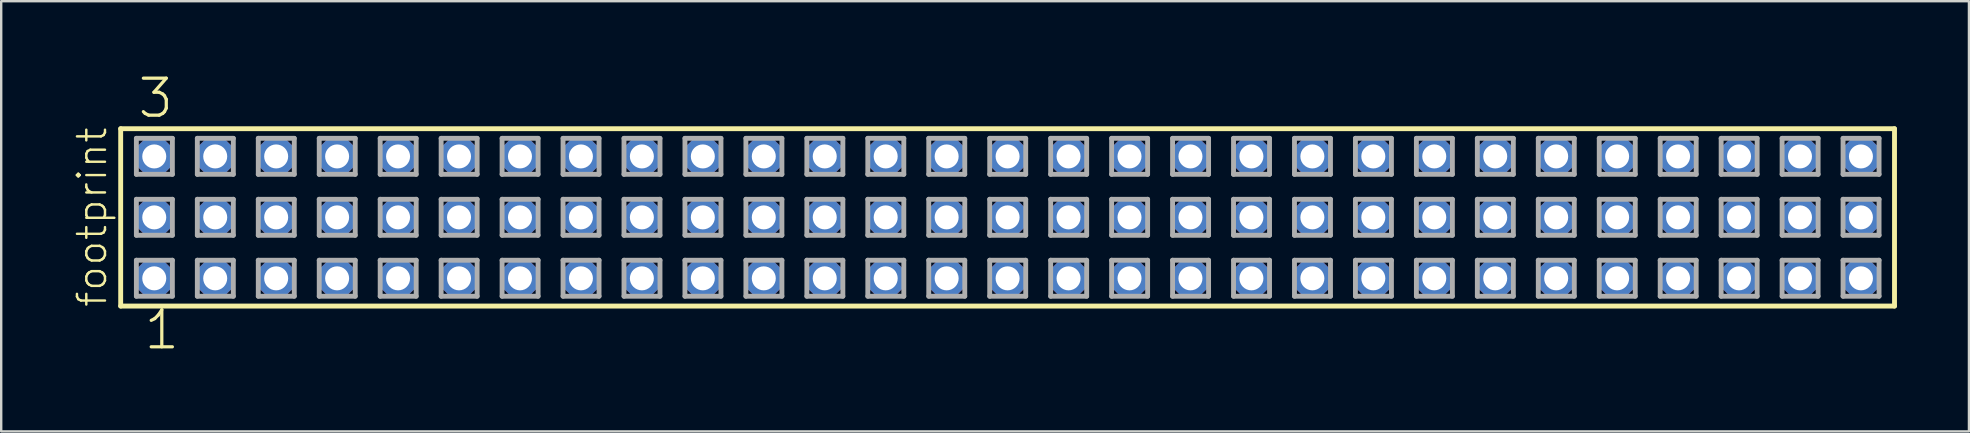
<source format=kicad_pcb>
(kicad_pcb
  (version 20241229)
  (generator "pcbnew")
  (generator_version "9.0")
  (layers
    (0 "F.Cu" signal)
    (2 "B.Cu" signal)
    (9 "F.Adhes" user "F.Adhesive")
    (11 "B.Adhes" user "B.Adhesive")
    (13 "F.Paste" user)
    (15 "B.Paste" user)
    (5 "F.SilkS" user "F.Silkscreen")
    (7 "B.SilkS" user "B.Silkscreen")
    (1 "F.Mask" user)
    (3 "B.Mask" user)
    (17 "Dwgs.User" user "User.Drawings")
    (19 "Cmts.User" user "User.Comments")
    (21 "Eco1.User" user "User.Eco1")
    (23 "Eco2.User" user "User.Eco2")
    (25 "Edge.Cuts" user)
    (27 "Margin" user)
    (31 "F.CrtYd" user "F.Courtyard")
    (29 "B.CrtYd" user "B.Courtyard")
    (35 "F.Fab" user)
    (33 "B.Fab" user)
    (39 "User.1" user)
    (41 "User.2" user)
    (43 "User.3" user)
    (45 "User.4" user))
  (footprint "footprint"
    (layer "F.Cu")
    (at 38.938 6.009)
    (property "Reference" "footprint" (at -37.465 3.81 90) (layer "F.SilkS") (effects (font (size 1.168 1.168) (thickness 0.102)) (justify left bottom)))
    (fp_line (start -36.959 -3.695) (end 36.959 -3.695) (stroke (width 0.203) (type solid)) (layer "F.SilkS"))
    (fp_line (start -36.959 3.695) (end -36.959 -3.695) (stroke (width 0.203) (type solid)) (layer "F.SilkS"))
    (fp_line (start 36.959 -3.695) (end 36.959 3.695) (stroke (width 0.203) (type solid)) (layer "F.SilkS"))
    (fp_line (start 36.959 3.695) (end -36.959 3.695) (stroke (width 0.203) (type solid)) (layer "F.SilkS"))
    (fp_line (start -36.305 -3.295) (end -34.805 -3.295) (stroke (width 0.203) (type solid)) (layer "F.Fab"))
    (fp_line (start -36.305 -1.795) (end -36.305 -3.295) (stroke (width 0.203) (type solid)) (layer "F.Fab"))
    (fp_line (start -36.305 -0.755) (end -34.805 -0.755) (stroke (width 0.203) (type solid)) (layer "F.Fab"))
    (fp_line (start -36.305 0.745) (end -36.305 -0.755) (stroke (width 0.203) (type solid)) (layer "F.Fab"))
    (fp_line (start -36.305 1.785) (end -34.805 1.785) (stroke (width 0.203) (type solid)) (layer "F.Fab"))
    (fp_line (start -36.305 3.285) (end -36.305 1.785) (stroke (width 0.203) (type solid)) (layer "F.Fab"))
    (fp_line (start -34.805 -3.295) (end -34.805 -1.795) (stroke (width 0.203) (type solid)) (layer "F.Fab"))
    (fp_line (start -34.805 -1.795) (end -36.305 -1.795) (stroke (width 0.203) (type solid)) (layer "F.Fab"))
    (fp_line (start -34.805 -0.755) (end -34.805 0.745) (stroke (width 0.203) (type solid)) (layer "F.Fab"))
    (fp_line (start -34.805 0.745) (end -36.305 0.745) (stroke (width 0.203) (type solid)) (layer "F.Fab"))
    (fp_line (start -34.805 1.785) (end -34.805 3.285) (stroke (width 0.203) (type solid)) (layer "F.Fab"))
    (fp_line (start -34.805 3.285) (end -36.305 3.285) (stroke (width 0.203) (type solid)) (layer "F.Fab"))
    (fp_line (start -33.765 -3.295) (end -32.265 -3.295) (stroke (width 0.203) (type solid)) (layer "F.Fab"))
    (fp_line (start -33.765 -1.795) (end -33.765 -3.295) (stroke (width 0.203) (type solid)) (layer "F.Fab"))
    (fp_line (start -33.765 -0.755) (end -32.265 -0.755) (stroke (width 0.203) (type solid)) (layer "F.Fab"))
    (fp_line (start -33.765 0.745) (end -33.765 -0.755) (stroke (width 0.203) (type solid)) (layer "F.Fab"))
    (fp_line (start -33.765 1.785) (end -32.265 1.785) (stroke (width 0.203) (type solid)) (layer "F.Fab"))
    (fp_line (start -33.765 3.285) (end -33.765 1.785) (stroke (width 0.203) (type solid)) (layer "F.Fab"))
    (fp_line (start -32.265 -3.295) (end -32.265 -1.795) (stroke (width 0.203) (type solid)) (layer "F.Fab"))
    (fp_line (start -32.265 -1.795) (end -33.765 -1.795) (stroke (width 0.203) (type solid)) (layer "F.Fab"))
    (fp_line (start -32.265 -0.755) (end -32.265 0.745) (stroke (width 0.203) (type solid)) (layer "F.Fab"))
    (fp_line (start -32.265 0.745) (end -33.765 0.745) (stroke (width 0.203) (type solid)) (layer "F.Fab"))
    (fp_line (start -32.265 1.785) (end -32.265 3.285) (stroke (width 0.203) (type solid)) (layer "F.Fab"))
    (fp_line (start -32.265 3.285) (end -33.765 3.285) (stroke (width 0.203) (type solid)) (layer "F.Fab"))
    (fp_line (start -31.225 -3.295) (end -29.725 -3.295) (stroke (width 0.203) (type solid)) (layer "F.Fab"))
    (fp_line (start -31.225 -1.795) (end -31.225 -3.295) (stroke (width 0.203) (type solid)) (layer "F.Fab"))
    (fp_line (start -31.225 -0.755) (end -29.725 -0.755) (stroke (width 0.203) (type solid)) (layer "F.Fab"))
    (fp_line (start -31.225 0.745) (end -31.225 -0.755) (stroke (width 0.203) (type solid)) (layer "F.Fab"))
    (fp_line (start -31.225 1.785) (end -29.725 1.785) (stroke (width 0.203) (type solid)) (layer "F.Fab"))
    (fp_line (start -31.225 3.285) (end -31.225 1.785) (stroke (width 0.203) (type solid)) (layer "F.Fab"))
    (fp_line (start -29.725 -3.295) (end -29.725 -1.795) (stroke (width 0.203) (type solid)) (layer "F.Fab"))
    (fp_line (start -29.725 -1.795) (end -31.225 -1.795) (stroke (width 0.203) (type solid)) (layer "F.Fab"))
    (fp_line (start -29.725 -0.755) (end -29.725 0.745) (stroke (width 0.203) (type solid)) (layer "F.Fab"))
    (fp_line (start -29.725 0.745) (end -31.225 0.745) (stroke (width 0.203) (type solid)) (layer "F.Fab"))
    (fp_line (start -29.725 1.785) (end -29.725 3.285) (stroke (width 0.203) (type solid)) (layer "F.Fab"))
    (fp_line (start -29.725 3.285) (end -31.225 3.285) (stroke (width 0.203) (type solid)) (layer "F.Fab"))
    (fp_line (start -28.685 -3.295) (end -27.185 -3.295) (stroke (width 0.203) (type solid)) (layer "F.Fab"))
    (fp_line (start -28.685 -1.795) (end -28.685 -3.295) (stroke (width 0.203) (type solid)) (layer "F.Fab"))
    (fp_line (start -28.685 -0.755) (end -27.185 -0.755) (stroke (width 0.203) (type solid)) (layer "F.Fab"))
    (fp_line (start -28.685 0.745) (end -28.685 -0.755) (stroke (width 0.203) (type solid)) (layer "F.Fab"))
    (fp_line (start -28.685 1.785) (end -27.185 1.785) (stroke (width 0.203) (type solid)) (layer "F.Fab"))
    (fp_line (start -28.685 3.285) (end -28.685 1.785) (stroke (width 0.203) (type solid)) (layer "F.Fab"))
    (fp_line (start -27.185 -3.295) (end -27.185 -1.795) (stroke (width 0.203) (type solid)) (layer "F.Fab"))
    (fp_line (start -27.185 -1.795) (end -28.685 -1.795) (stroke (width 0.203) (type solid)) (layer "F.Fab"))
    (fp_line (start -27.185 -0.755) (end -27.185 0.745) (stroke (width 0.203) (type solid)) (layer "F.Fab"))
    (fp_line (start -27.185 0.745) (end -28.685 0.745) (stroke (width 0.203) (type solid)) (layer "F.Fab"))
    (fp_line (start -27.185 1.785) (end -27.185 3.285) (stroke (width 0.203) (type solid)) (layer "F.Fab"))
    (fp_line (start -27.185 3.285) (end -28.685 3.285) (stroke (width 0.203) (type solid)) (layer "F.Fab"))
    (fp_line (start -26.145 -3.295) (end -24.645 -3.295) (stroke (width 0.203) (type solid)) (layer "F.Fab"))
    (fp_line (start -26.145 -1.795) (end -26.145 -3.295) (stroke (width 0.203) (type solid)) (layer "F.Fab"))
    (fp_line (start -26.145 -0.755) (end -24.645 -0.755) (stroke (width 0.203) (type solid)) (layer "F.Fab"))
    (fp_line (start -26.145 0.745) (end -26.145 -0.755) (stroke (width 0.203) (type solid)) (layer "F.Fab"))
    (fp_line (start -26.145 1.785) (end -24.645 1.785) (stroke (width 0.203) (type solid)) (layer "F.Fab"))
    (fp_line (start -26.145 3.285) (end -26.145 1.785) (stroke (width 0.203) (type solid)) (layer "F.Fab"))
    (fp_line (start -24.645 -3.295) (end -24.645 -1.795) (stroke (width 0.203) (type solid)) (layer "F.Fab"))
    (fp_line (start -24.645 -1.795) (end -26.145 -1.795) (stroke (width 0.203) (type solid)) (layer "F.Fab"))
    (fp_line (start -24.645 -0.755) (end -24.645 0.745) (stroke (width 0.203) (type solid)) (layer "F.Fab"))
    (fp_line (start -24.645 0.745) (end -26.145 0.745) (stroke (width 0.203) (type solid)) (layer "F.Fab"))
    (fp_line (start -24.645 1.785) (end -24.645 3.285) (stroke (width 0.203) (type solid)) (layer "F.Fab"))
    (fp_line (start -24.645 3.285) (end -26.145 3.285) (stroke (width 0.203) (type solid)) (layer "F.Fab"))
    (fp_line (start -23.605 -3.295) (end -22.105 -3.295) (stroke (width 0.203) (type solid)) (layer "F.Fab"))
    (fp_line (start -23.605 -1.795) (end -23.605 -3.295) (stroke (width 0.203) (type solid)) (layer "F.Fab"))
    (fp_line (start -23.605 -0.755) (end -22.105 -0.755) (stroke (width 0.203) (type solid)) (layer "F.Fab"))
    (fp_line (start -23.605 0.745) (end -23.605 -0.755) (stroke (width 0.203) (type solid)) (layer "F.Fab"))
    (fp_line (start -23.605 1.785) (end -22.105 1.785) (stroke (width 0.203) (type solid)) (layer "F.Fab"))
    (fp_line (start -23.605 3.285) (end -23.605 1.785) (stroke (width 0.203) (type solid)) (layer "F.Fab"))
    (fp_line (start -22.105 -3.295) (end -22.105 -1.795) (stroke (width 0.203) (type solid)) (layer "F.Fab"))
    (fp_line (start -22.105 -1.795) (end -23.605 -1.795) (stroke (width 0.203) (type solid)) (layer "F.Fab"))
    (fp_line (start -22.105 -0.755) (end -22.105 0.745) (stroke (width 0.203) (type solid)) (layer "F.Fab"))
    (fp_line (start -22.105 0.745) (end -23.605 0.745) (stroke (width 0.203) (type solid)) (layer "F.Fab"))
    (fp_line (start -22.105 1.785) (end -22.105 3.285) (stroke (width 0.203) (type solid)) (layer "F.Fab"))
    (fp_line (start -22.105 3.285) (end -23.605 3.285) (stroke (width 0.203) (type solid)) (layer "F.Fab"))
    (fp_line (start -21.065 -3.295) (end -19.565 -3.295) (stroke (width 0.203) (type solid)) (layer "F.Fab"))
    (fp_line (start -21.065 -1.795) (end -21.065 -3.295) (stroke (width 0.203) (type solid)) (layer "F.Fab"))
    (fp_line (start -21.065 -0.755) (end -19.565 -0.755) (stroke (width 0.203) (type solid)) (layer "F.Fab"))
    (fp_line (start -21.065 0.745) (end -21.065 -0.755) (stroke (width 0.203) (type solid)) (layer "F.Fab"))
    (fp_line (start -21.065 1.785) (end -19.565 1.785) (stroke (width 0.203) (type solid)) (layer "F.Fab"))
    (fp_line (start -21.065 3.285) (end -21.065 1.785) (stroke (width 0.203) (type solid)) (layer "F.Fab"))
    (fp_line (start -19.565 -3.295) (end -19.565 -1.795) (stroke (width 0.203) (type solid)) (layer "F.Fab"))
    (fp_line (start -19.565 -1.795) (end -21.065 -1.795) (stroke (width 0.203) (type solid)) (layer "F.Fab"))
    (fp_line (start -19.565 -0.755) (end -19.565 0.745) (stroke (width 0.203) (type solid)) (layer "F.Fab"))
    (fp_line (start -19.565 0.745) (end -21.065 0.745) (stroke (width 0.203) (type solid)) (layer "F.Fab"))
    (fp_line (start -19.565 1.785) (end -19.565 3.285) (stroke (width 0.203) (type solid)) (layer "F.Fab"))
    (fp_line (start -19.565 3.285) (end -21.065 3.285) (stroke (width 0.203) (type solid)) (layer "F.Fab"))
    (fp_line (start -18.525 -3.295) (end -17.025 -3.295) (stroke (width 0.203) (type solid)) (layer "F.Fab"))
    (fp_line (start -18.525 -1.795) (end -18.525 -3.295) (stroke (width 0.203) (type solid)) (layer "F.Fab"))
    (fp_line (start -18.525 -0.755) (end -17.025 -0.755) (stroke (width 0.203) (type solid)) (layer "F.Fab"))
    (fp_line (start -18.525 0.745) (end -18.525 -0.755) (stroke (width 0.203) (type solid)) (layer "F.Fab"))
    (fp_line (start -18.525 1.785) (end -17.025 1.785) (stroke (width 0.203) (type solid)) (layer "F.Fab"))
    (fp_line (start -18.525 3.285) (end -18.525 1.785) (stroke (width 0.203) (type solid)) (layer "F.Fab"))
    (fp_line (start -17.025 -3.295) (end -17.025 -1.795) (stroke (width 0.203) (type solid)) (layer "F.Fab"))
    (fp_line (start -17.025 -1.795) (end -18.525 -1.795) (stroke (width 0.203) (type solid)) (layer "F.Fab"))
    (fp_line (start -17.025 -0.755) (end -17.025 0.745) (stroke (width 0.203) (type solid)) (layer "F.Fab"))
    (fp_line (start -17.025 0.745) (end -18.525 0.745) (stroke (width 0.203) (type solid)) (layer "F.Fab"))
    (fp_line (start -17.025 1.785) (end -17.025 3.285) (stroke (width 0.203) (type solid)) (layer "F.Fab"))
    (fp_line (start -17.025 3.285) (end -18.525 3.285) (stroke (width 0.203) (type solid)) (layer "F.Fab"))
    (fp_line (start -15.985 -3.295) (end -14.485 -3.295) (stroke (width 0.203) (type solid)) (layer "F.Fab"))
    (fp_line (start -15.985 -1.795) (end -15.985 -3.295) (stroke (width 0.203) (type solid)) (layer "F.Fab"))
    (fp_line (start -15.985 -0.755) (end -14.485 -0.755) (stroke (width 0.203) (type solid)) (layer "F.Fab"))
    (fp_line (start -15.985 0.745) (end -15.985 -0.755) (stroke (width 0.203) (type solid)) (layer "F.Fab"))
    (fp_line (start -15.985 1.785) (end -14.485 1.785) (stroke (width 0.203) (type solid)) (layer "F.Fab"))
    (fp_line (start -15.985 3.285) (end -15.985 1.785) (stroke (width 0.203) (type solid)) (layer "F.Fab"))
    (fp_line (start -14.485 -3.295) (end -14.485 -1.795) (stroke (width 0.203) (type solid)) (layer "F.Fab"))
    (fp_line (start -14.485 -1.795) (end -15.985 -1.795) (stroke (width 0.203) (type solid)) (layer "F.Fab"))
    (fp_line (start -14.485 -0.755) (end -14.485 0.745) (stroke (width 0.203) (type solid)) (layer "F.Fab"))
    (fp_line (start -14.485 0.745) (end -15.985 0.745) (stroke (width 0.203) (type solid)) (layer "F.Fab"))
    (fp_line (start -14.485 1.785) (end -14.485 3.285) (stroke (width 0.203) (type solid)) (layer "F.Fab"))
    (fp_line (start -14.485 3.285) (end -15.985 3.285) (stroke (width 0.203) (type solid)) (layer "F.Fab"))
    (fp_line (start -13.445 -3.295) (end -11.945 -3.295) (stroke (width 0.203) (type solid)) (layer "F.Fab"))
    (fp_line (start -13.445 -1.795) (end -13.445 -3.295) (stroke (width 0.203) (type solid)) (layer "F.Fab"))
    (fp_line (start -13.445 -0.755) (end -11.945 -0.755) (stroke (width 0.203) (type solid)) (layer "F.Fab"))
    (fp_line (start -13.445 0.745) (end -13.445 -0.755) (stroke (width 0.203) (type solid)) (layer "F.Fab"))
    (fp_line (start -13.445 1.785) (end -11.945 1.785) (stroke (width 0.203) (type solid)) (layer "F.Fab"))
    (fp_line (start -13.445 3.285) (end -13.445 1.785) (stroke (width 0.203) (type solid)) (layer "F.Fab"))
    (fp_line (start -11.945 -3.295) (end -11.945 -1.795) (stroke (width 0.203) (type solid)) (layer "F.Fab"))
    (fp_line (start -11.945 -1.795) (end -13.445 -1.795) (stroke (width 0.203) (type solid)) (layer "F.Fab"))
    (fp_line (start -11.945 -0.755) (end -11.945 0.745) (stroke (width 0.203) (type solid)) (layer "F.Fab"))
    (fp_line (start -11.945 0.745) (end -13.445 0.745) (stroke (width 0.203) (type solid)) (layer "F.Fab"))
    (fp_line (start -11.945 1.785) (end -11.945 3.285) (stroke (width 0.203) (type solid)) (layer "F.Fab"))
    (fp_line (start -11.945 3.285) (end -13.445 3.285) (stroke (width 0.203) (type solid)) (layer "F.Fab"))
    (fp_line (start -10.905 -3.295) (end -9.405 -3.295) (stroke (width 0.203) (type solid)) (layer "F.Fab"))
    (fp_line (start -10.905 -1.795) (end -10.905 -3.295) (stroke (width 0.203) (type solid)) (layer "F.Fab"))
    (fp_line (start -10.905 -0.755) (end -9.405 -0.755) (stroke (width 0.203) (type solid)) (layer "F.Fab"))
    (fp_line (start -10.905 0.745) (end -10.905 -0.755) (stroke (width 0.203) (type solid)) (layer "F.Fab"))
    (fp_line (start -10.905 1.785) (end -9.405 1.785) (stroke (width 0.203) (type solid)) (layer "F.Fab"))
    (fp_line (start -10.905 3.285) (end -10.905 1.785) (stroke (width 0.203) (type solid)) (layer "F.Fab"))
    (fp_line (start -9.405 -3.295) (end -9.405 -1.795) (stroke (width 0.203) (type solid)) (layer "F.Fab"))
    (fp_line (start -9.405 -1.795) (end -10.905 -1.795) (stroke (width 0.203) (type solid)) (layer "F.Fab"))
    (fp_line (start -9.405 -0.755) (end -9.405 0.745) (stroke (width 0.203) (type solid)) (layer "F.Fab"))
    (fp_line (start -9.405 0.745) (end -10.905 0.745) (stroke (width 0.203) (type solid)) (layer "F.Fab"))
    (fp_line (start -9.405 1.785) (end -9.405 3.285) (stroke (width 0.203) (type solid)) (layer "F.Fab"))
    (fp_line (start -9.405 3.285) (end -10.905 3.285) (stroke (width 0.203) (type solid)) (layer "F.Fab"))
    (fp_line (start -8.365 -3.295) (end -6.865 -3.295) (stroke (width 0.203) (type solid)) (layer "F.Fab"))
    (fp_line (start -8.365 -1.795) (end -8.365 -3.295) (stroke (width 0.203) (type solid)) (layer "F.Fab"))
    (fp_line (start -8.365 -0.755) (end -6.865 -0.755) (stroke (width 0.203) (type solid)) (layer "F.Fab"))
    (fp_line (start -8.365 0.745) (end -8.365 -0.755) (stroke (width 0.203) (type solid)) (layer "F.Fab"))
    (fp_line (start -8.365 1.785) (end -6.865 1.785) (stroke (width 0.203) (type solid)) (layer "F.Fab"))
    (fp_line (start -8.365 3.285) (end -8.365 1.785) (stroke (width 0.203) (type solid)) (layer "F.Fab"))
    (fp_line (start -6.865 -3.295) (end -6.865 -1.795) (stroke (width 0.203) (type solid)) (layer "F.Fab"))
    (fp_line (start -6.865 -1.795) (end -8.365 -1.795) (stroke (width 0.203) (type solid)) (layer "F.Fab"))
    (fp_line (start -6.865 -0.755) (end -6.865 0.745) (stroke (width 0.203) (type solid)) (layer "F.Fab"))
    (fp_line (start -6.865 0.745) (end -8.365 0.745) (stroke (width 0.203) (type solid)) (layer "F.Fab"))
    (fp_line (start -6.865 1.785) (end -6.865 3.285) (stroke (width 0.203) (type solid)) (layer "F.Fab"))
    (fp_line (start -6.865 3.285) (end -8.365 3.285) (stroke (width 0.203) (type solid)) (layer "F.Fab"))
    (fp_line (start -5.825 -3.295) (end -4.325 -3.295) (stroke (width 0.203) (type solid)) (layer "F.Fab"))
    (fp_line (start -5.825 -1.795) (end -5.825 -3.295) (stroke (width 0.203) (type solid)) (layer "F.Fab"))
    (fp_line (start -5.825 -0.755) (end -4.325 -0.755) (stroke (width 0.203) (type solid)) (layer "F.Fab"))
    (fp_line (start -5.825 0.745) (end -5.825 -0.755) (stroke (width 0.203) (type solid)) (layer "F.Fab"))
    (fp_line (start -5.825 1.785) (end -4.325 1.785) (stroke (width 0.203) (type solid)) (layer "F.Fab"))
    (fp_line (start -5.825 3.285) (end -5.825 1.785) (stroke (width 0.203) (type solid)) (layer "F.Fab"))
    (fp_line (start -4.325 -3.295) (end -4.325 -1.795) (stroke (width 0.203) (type solid)) (layer "F.Fab"))
    (fp_line (start -4.325 -1.795) (end -5.825 -1.795) (stroke (width 0.203) (type solid)) (layer "F.Fab"))
    (fp_line (start -4.325 -0.755) (end -4.325 0.745) (stroke (width 0.203) (type solid)) (layer "F.Fab"))
    (fp_line (start -4.325 0.745) (end -5.825 0.745) (stroke (width 0.203) (type solid)) (layer "F.Fab"))
    (fp_line (start -4.325 1.785) (end -4.325 3.285) (stroke (width 0.203) (type solid)) (layer "F.Fab"))
    (fp_line (start -4.325 3.285) (end -5.825 3.285) (stroke (width 0.203) (type solid)) (layer "F.Fab"))
    (fp_line (start -3.285 -3.295) (end -1.785 -3.295) (stroke (width 0.203) (type solid)) (layer "F.Fab"))
    (fp_line (start -3.285 -1.795) (end -3.285 -3.295) (stroke (width 0.203) (type solid)) (layer "F.Fab"))
    (fp_line (start -3.285 -0.755) (end -1.785 -0.755) (stroke (width 0.203) (type solid)) (layer "F.Fab"))
    (fp_line (start -3.285 0.745) (end -3.285 -0.755) (stroke (width 0.203) (type solid)) (layer "F.Fab"))
    (fp_line (start -3.285 1.785) (end -1.785 1.785) (stroke (width 0.203) (type solid)) (layer "F.Fab"))
    (fp_line (start -3.285 3.285) (end -3.285 1.785) (stroke (width 0.203) (type solid)) (layer "F.Fab"))
    (fp_line (start -1.785 -3.295) (end -1.785 -1.795) (stroke (width 0.203) (type solid)) (layer "F.Fab"))
    (fp_line (start -1.785 -1.795) (end -3.285 -1.795) (stroke (width 0.203) (type solid)) (layer "F.Fab"))
    (fp_line (start -1.785 -0.755) (end -1.785 0.745) (stroke (width 0.203) (type solid)) (layer "F.Fab"))
    (fp_line (start -1.785 0.745) (end -3.285 0.745) (stroke (width 0.203) (type solid)) (layer "F.Fab"))
    (fp_line (start -1.785 1.785) (end -1.785 3.285) (stroke (width 0.203) (type solid)) (layer "F.Fab"))
    (fp_line (start -1.785 3.285) (end -3.285 3.285) (stroke (width 0.203) (type solid)) (layer "F.Fab"))
    (fp_line (start -0.745 -3.295) (end 0.755 -3.295) (stroke (width 0.203) (type solid)) (layer "F.Fab"))
    (fp_line (start -0.745 -1.795) (end -0.745 -3.295) (stroke (width 0.203) (type solid)) (layer "F.Fab"))
    (fp_line (start -0.745 -0.755) (end 0.755 -0.755) (stroke (width 0.203) (type solid)) (layer "F.Fab"))
    (fp_line (start -0.745 0.745) (end -0.745 -0.755) (stroke (width 0.203) (type solid)) (layer "F.Fab"))
    (fp_line (start -0.745 1.785) (end 0.755 1.785) (stroke (width 0.203) (type solid)) (layer "F.Fab"))
    (fp_line (start -0.745 3.285) (end -0.745 1.785) (stroke (width 0.203) (type solid)) (layer "F.Fab"))
    (fp_line (start 0.755 -3.295) (end 0.755 -1.795) (stroke (width 0.203) (type solid)) (layer "F.Fab"))
    (fp_line (start 0.755 -1.795) (end -0.745 -1.795) (stroke (width 0.203) (type solid)) (layer "F.Fab"))
    (fp_line (start 0.755 -0.755) (end 0.755 0.745) (stroke (width 0.203) (type solid)) (layer "F.Fab"))
    (fp_line (start 0.755 0.745) (end -0.745 0.745) (stroke (width 0.203) (type solid)) (layer "F.Fab"))
    (fp_line (start 0.755 1.785) (end 0.755 3.285) (stroke (width 0.203) (type solid)) (layer "F.Fab"))
    (fp_line (start 0.755 3.285) (end -0.745 3.285) (stroke (width 0.203) (type solid)) (layer "F.Fab"))
    (fp_line (start 1.795 -3.295) (end 3.295 -3.295) (stroke (width 0.203) (type solid)) (layer "F.Fab"))
    (fp_line (start 1.795 -1.795) (end 1.795 -3.295) (stroke (width 0.203) (type solid)) (layer "F.Fab"))
    (fp_line (start 1.795 -0.755) (end 3.295 -0.755) (stroke (width 0.203) (type solid)) (layer "F.Fab"))
    (fp_line (start 1.795 0.745) (end 1.795 -0.755) (stroke (width 0.203) (type solid)) (layer "F.Fab"))
    (fp_line (start 1.795 1.785) (end 3.295 1.785) (stroke (width 0.203) (type solid)) (layer "F.Fab"))
    (fp_line (start 1.795 3.285) (end 1.795 1.785) (stroke (width 0.203) (type solid)) (layer "F.Fab"))
    (fp_line (start 3.295 -3.295) (end 3.295 -1.795) (stroke (width 0.203) (type solid)) (layer "F.Fab"))
    (fp_line (start 3.295 -1.795) (end 1.795 -1.795) (stroke (width 0.203) (type solid)) (layer "F.Fab"))
    (fp_line (start 3.295 -0.755) (end 3.295 0.745) (stroke (width 0.203) (type solid)) (layer "F.Fab"))
    (fp_line (start 3.295 0.745) (end 1.795 0.745) (stroke (width 0.203) (type solid)) (layer "F.Fab"))
    (fp_line (start 3.295 1.785) (end 3.295 3.285) (stroke (width 0.203) (type solid)) (layer "F.Fab"))
    (fp_line (start 3.295 3.285) (end 1.795 3.285) (stroke (width 0.203) (type solid)) (layer "F.Fab"))
    (fp_line (start 4.335 -3.295) (end 5.835 -3.295) (stroke (width 0.203) (type solid)) (layer "F.Fab"))
    (fp_line (start 4.335 -1.795) (end 4.335 -3.295) (stroke (width 0.203) (type solid)) (layer "F.Fab"))
    (fp_line (start 4.335 -0.755) (end 5.835 -0.755) (stroke (width 0.203) (type solid)) (layer "F.Fab"))
    (fp_line (start 4.335 0.745) (end 4.335 -0.755) (stroke (width 0.203) (type solid)) (layer "F.Fab"))
    (fp_line (start 4.335 1.785) (end 5.835 1.785) (stroke (width 0.203) (type solid)) (layer "F.Fab"))
    (fp_line (start 4.335 3.285) (end 4.335 1.785) (stroke (width 0.203) (type solid)) (layer "F.Fab"))
    (fp_line (start 5.835 -3.295) (end 5.835 -1.795) (stroke (width 0.203) (type solid)) (layer "F.Fab"))
    (fp_line (start 5.835 -1.795) (end 4.335 -1.795) (stroke (width 0.203) (type solid)) (layer "F.Fab"))
    (fp_line (start 5.835 -0.755) (end 5.835 0.745) (stroke (width 0.203) (type solid)) (layer "F.Fab"))
    (fp_line (start 5.835 0.745) (end 4.335 0.745) (stroke (width 0.203) (type solid)) (layer "F.Fab"))
    (fp_line (start 5.835 1.785) (end 5.835 3.285) (stroke (width 0.203) (type solid)) (layer "F.Fab"))
    (fp_line (start 5.835 3.285) (end 4.335 3.285) (stroke (width 0.203) (type solid)) (layer "F.Fab"))
    (fp_line (start 6.875 -3.295) (end 8.375 -3.295) (stroke (width 0.203) (type solid)) (layer "F.Fab"))
    (fp_line (start 6.875 -1.795) (end 6.875 -3.295) (stroke (width 0.203) (type solid)) (layer "F.Fab"))
    (fp_line (start 6.875 -0.755) (end 8.375 -0.755) (stroke (width 0.203) (type solid)) (layer "F.Fab"))
    (fp_line (start 6.875 0.745) (end 6.875 -0.755) (stroke (width 0.203) (type solid)) (layer "F.Fab"))
    (fp_line (start 6.875 1.785) (end 8.375 1.785) (stroke (width 0.203) (type solid)) (layer "F.Fab"))
    (fp_line (start 6.875 3.285) (end 6.875 1.785) (stroke (width 0.203) (type solid)) (layer "F.Fab"))
    (fp_line (start 8.375 -3.295) (end 8.375 -1.795) (stroke (width 0.203) (type solid)) (layer "F.Fab"))
    (fp_line (start 8.375 -1.795) (end 6.875 -1.795) (stroke (width 0.203) (type solid)) (layer "F.Fab"))
    (fp_line (start 8.375 -0.755) (end 8.375 0.745) (stroke (width 0.203) (type solid)) (layer "F.Fab"))
    (fp_line (start 8.375 0.745) (end 6.875 0.745) (stroke (width 0.203) (type solid)) (layer "F.Fab"))
    (fp_line (start 8.375 1.785) (end 8.375 3.285) (stroke (width 0.203) (type solid)) (layer "F.Fab"))
    (fp_line (start 8.375 3.285) (end 6.875 3.285) (stroke (width 0.203) (type solid)) (layer "F.Fab"))
    (fp_line (start 9.415 -3.295) (end 10.915 -3.295) (stroke (width 0.203) (type solid)) (layer "F.Fab"))
    (fp_line (start 9.415 -1.795) (end 9.415 -3.295) (stroke (width 0.203) (type solid)) (layer "F.Fab"))
    (fp_line (start 9.415 -0.755) (end 10.915 -0.755) (stroke (width 0.203) (type solid)) (layer "F.Fab"))
    (fp_line (start 9.415 0.745) (end 9.415 -0.755) (stroke (width 0.203) (type solid)) (layer "F.Fab"))
    (fp_line (start 9.415 1.785) (end 10.915 1.785) (stroke (width 0.203) (type solid)) (layer "F.Fab"))
    (fp_line (start 9.415 3.285) (end 9.415 1.785) (stroke (width 0.203) (type solid)) (layer "F.Fab"))
    (fp_line (start 10.915 -3.295) (end 10.915 -1.795) (stroke (width 0.203) (type solid)) (layer "F.Fab"))
    (fp_line (start 10.915 -1.795) (end 9.415 -1.795) (stroke (width 0.203) (type solid)) (layer "F.Fab"))
    (fp_line (start 10.915 -0.755) (end 10.915 0.745) (stroke (width 0.203) (type solid)) (layer "F.Fab"))
    (fp_line (start 10.915 0.745) (end 9.415 0.745) (stroke (width 0.203) (type solid)) (layer "F.Fab"))
    (fp_line (start 10.915 1.785) (end 10.915 3.285) (stroke (width 0.203) (type solid)) (layer "F.Fab"))
    (fp_line (start 10.915 3.285) (end 9.415 3.285) (stroke (width 0.203) (type solid)) (layer "F.Fab"))
    (fp_line (start 11.955 -3.295) (end 13.455 -3.295) (stroke (width 0.203) (type solid)) (layer "F.Fab"))
    (fp_line (start 11.955 -1.795) (end 11.955 -3.295) (stroke (width 0.203) (type solid)) (layer "F.Fab"))
    (fp_line (start 11.955 -0.755) (end 13.455 -0.755) (stroke (width 0.203) (type solid)) (layer "F.Fab"))
    (fp_line (start 11.955 0.745) (end 11.955 -0.755) (stroke (width 0.203) (type solid)) (layer "F.Fab"))
    (fp_line (start 11.955 1.785) (end 13.455 1.785) (stroke (width 0.203) (type solid)) (layer "F.Fab"))
    (fp_line (start 11.955 3.285) (end 11.955 1.785) (stroke (width 0.203) (type solid)) (layer "F.Fab"))
    (fp_line (start 13.455 -3.295) (end 13.455 -1.795) (stroke (width 0.203) (type solid)) (layer "F.Fab"))
    (fp_line (start 13.455 -1.795) (end 11.955 -1.795) (stroke (width 0.203) (type solid)) (layer "F.Fab"))
    (fp_line (start 13.455 -0.755) (end 13.455 0.745) (stroke (width 0.203) (type solid)) (layer "F.Fab"))
    (fp_line (start 13.455 0.745) (end 11.955 0.745) (stroke (width 0.203) (type solid)) (layer "F.Fab"))
    (fp_line (start 13.455 1.785) (end 13.455 3.285) (stroke (width 0.203) (type solid)) (layer "F.Fab"))
    (fp_line (start 13.455 3.285) (end 11.955 3.285) (stroke (width 0.203) (type solid)) (layer "F.Fab"))
    (fp_line (start 14.495 -3.295) (end 15.995 -3.295) (stroke (width 0.203) (type solid)) (layer "F.Fab"))
    (fp_line (start 14.495 -1.795) (end 14.495 -3.295) (stroke (width 0.203) (type solid)) (layer "F.Fab"))
    (fp_line (start 14.495 -0.755) (end 15.995 -0.755) (stroke (width 0.203) (type solid)) (layer "F.Fab"))
    (fp_line (start 14.495 0.745) (end 14.495 -0.755) (stroke (width 0.203) (type solid)) (layer "F.Fab"))
    (fp_line (start 14.495 1.785) (end 15.995 1.785) (stroke (width 0.203) (type solid)) (layer "F.Fab"))
    (fp_line (start 14.495 3.285) (end 14.495 1.785) (stroke (width 0.203) (type solid)) (layer "F.Fab"))
    (fp_line (start 15.995 -3.295) (end 15.995 -1.795) (stroke (width 0.203) (type solid)) (layer "F.Fab"))
    (fp_line (start 15.995 -1.795) (end 14.495 -1.795) (stroke (width 0.203) (type solid)) (layer "F.Fab"))
    (fp_line (start 15.995 -0.755) (end 15.995 0.745) (stroke (width 0.203) (type solid)) (layer "F.Fab"))
    (fp_line (start 15.995 0.745) (end 14.495 0.745) (stroke (width 0.203) (type solid)) (layer "F.Fab"))
    (fp_line (start 15.995 1.785) (end 15.995 3.285) (stroke (width 0.203) (type solid)) (layer "F.Fab"))
    (fp_line (start 15.995 3.285) (end 14.495 3.285) (stroke (width 0.203) (type solid)) (layer "F.Fab"))
    (fp_line (start 17.035 -3.295) (end 18.535 -3.295) (stroke (width 0.203) (type solid)) (layer "F.Fab"))
    (fp_line (start 17.035 -1.795) (end 17.035 -3.295) (stroke (width 0.203) (type solid)) (layer "F.Fab"))
    (fp_line (start 17.035 -0.755) (end 18.535 -0.755) (stroke (width 0.203) (type solid)) (layer "F.Fab"))
    (fp_line (start 17.035 0.745) (end 17.035 -0.755) (stroke (width 0.203) (type solid)) (layer "F.Fab"))
    (fp_line (start 17.035 1.785) (end 18.535 1.785) (stroke (width 0.203) (type solid)) (layer "F.Fab"))
    (fp_line (start 17.035 3.285) (end 17.035 1.785) (stroke (width 0.203) (type solid)) (layer "F.Fab"))
    (fp_line (start 18.535 -3.295) (end 18.535 -1.795) (stroke (width 0.203) (type solid)) (layer "F.Fab"))
    (fp_line (start 18.535 -1.795) (end 17.035 -1.795) (stroke (width 0.203) (type solid)) (layer "F.Fab"))
    (fp_line (start 18.535 -0.755) (end 18.535 0.745) (stroke (width 0.203) (type solid)) (layer "F.Fab"))
    (fp_line (start 18.535 0.745) (end 17.035 0.745) (stroke (width 0.203) (type solid)) (layer "F.Fab"))
    (fp_line (start 18.535 1.785) (end 18.535 3.285) (stroke (width 0.203) (type solid)) (layer "F.Fab"))
    (fp_line (start 18.535 3.285) (end 17.035 3.285) (stroke (width 0.203) (type solid)) (layer "F.Fab"))
    (fp_line (start 19.575 -3.295) (end 21.075 -3.295) (stroke (width 0.203) (type solid)) (layer "F.Fab"))
    (fp_line (start 19.575 -1.795) (end 19.575 -3.295) (stroke (width 0.203) (type solid)) (layer "F.Fab"))
    (fp_line (start 19.575 -0.755) (end 21.075 -0.755) (stroke (width 0.203) (type solid)) (layer "F.Fab"))
    (fp_line (start 19.575 0.745) (end 19.575 -0.755) (stroke (width 0.203) (type solid)) (layer "F.Fab"))
    (fp_line (start 19.575 1.785) (end 21.075 1.785) (stroke (width 0.203) (type solid)) (layer "F.Fab"))
    (fp_line (start 19.575 3.285) (end 19.575 1.785) (stroke (width 0.203) (type solid)) (layer "F.Fab"))
    (fp_line (start 21.075 -3.295) (end 21.075 -1.795) (stroke (width 0.203) (type solid)) (layer "F.Fab"))
    (fp_line (start 21.075 -1.795) (end 19.575 -1.795) (stroke (width 0.203) (type solid)) (layer "F.Fab"))
    (fp_line (start 21.075 -0.755) (end 21.075 0.745) (stroke (width 0.203) (type solid)) (layer "F.Fab"))
    (fp_line (start 21.075 0.745) (end 19.575 0.745) (stroke (width 0.203) (type solid)) (layer "F.Fab"))
    (fp_line (start 21.075 1.785) (end 21.075 3.285) (stroke (width 0.203) (type solid)) (layer "F.Fab"))
    (fp_line (start 21.075 3.285) (end 19.575 3.285) (stroke (width 0.203) (type solid)) (layer "F.Fab"))
    (fp_line (start 22.115 -3.295) (end 23.615 -3.295) (stroke (width 0.203) (type solid)) (layer "F.Fab"))
    (fp_line (start 22.115 -1.795) (end 22.115 -3.295) (stroke (width 0.203) (type solid)) (layer "F.Fab"))
    (fp_line (start 22.115 -0.755) (end 23.615 -0.755) (stroke (width 0.203) (type solid)) (layer "F.Fab"))
    (fp_line (start 22.115 0.745) (end 22.115 -0.755) (stroke (width 0.203) (type solid)) (layer "F.Fab"))
    (fp_line (start 22.115 1.785) (end 23.615 1.785) (stroke (width 0.203) (type solid)) (layer "F.Fab"))
    (fp_line (start 22.115 3.285) (end 22.115 1.785) (stroke (width 0.203) (type solid)) (layer "F.Fab"))
    (fp_line (start 23.615 -3.295) (end 23.615 -1.795) (stroke (width 0.203) (type solid)) (layer "F.Fab"))
    (fp_line (start 23.615 -1.795) (end 22.115 -1.795) (stroke (width 0.203) (type solid)) (layer "F.Fab"))
    (fp_line (start 23.615 -0.755) (end 23.615 0.745) (stroke (width 0.203) (type solid)) (layer "F.Fab"))
    (fp_line (start 23.615 0.745) (end 22.115 0.745) (stroke (width 0.203) (type solid)) (layer "F.Fab"))
    (fp_line (start 23.615 1.785) (end 23.615 3.285) (stroke (width 0.203) (type solid)) (layer "F.Fab"))
    (fp_line (start 23.615 3.285) (end 22.115 3.285) (stroke (width 0.203) (type solid)) (layer "F.Fab"))
    (fp_line (start 24.655 -3.295) (end 26.155 -3.295) (stroke (width 0.203) (type solid)) (layer "F.Fab"))
    (fp_line (start 24.655 -1.795) (end 24.655 -3.295) (stroke (width 0.203) (type solid)) (layer "F.Fab"))
    (fp_line (start 24.655 -0.755) (end 26.155 -0.755) (stroke (width 0.203) (type solid)) (layer "F.Fab"))
    (fp_line (start 24.655 0.745) (end 24.655 -0.755) (stroke (width 0.203) (type solid)) (layer "F.Fab"))
    (fp_line (start 24.655 1.785) (end 26.155 1.785) (stroke (width 0.203) (type solid)) (layer "F.Fab"))
    (fp_line (start 24.655 3.285) (end 24.655 1.785) (stroke (width 0.203) (type solid)) (layer "F.Fab"))
    (fp_line (start 26.155 -3.295) (end 26.155 -1.795) (stroke (width 0.203) (type solid)) (layer "F.Fab"))
    (fp_line (start 26.155 -1.795) (end 24.655 -1.795) (stroke (width 0.203) (type solid)) (layer "F.Fab"))
    (fp_line (start 26.155 -0.755) (end 26.155 0.745) (stroke (width 0.203) (type solid)) (layer "F.Fab"))
    (fp_line (start 26.155 0.745) (end 24.655 0.745) (stroke (width 0.203) (type solid)) (layer "F.Fab"))
    (fp_line (start 26.155 1.785) (end 26.155 3.285) (stroke (width 0.203) (type solid)) (layer "F.Fab"))
    (fp_line (start 26.155 3.285) (end 24.655 3.285) (stroke (width 0.203) (type solid)) (layer "F.Fab"))
    (fp_line (start 27.195 -3.295) (end 28.695 -3.295) (stroke (width 0.203) (type solid)) (layer "F.Fab"))
    (fp_line (start 27.195 -1.795) (end 27.195 -3.295) (stroke (width 0.203) (type solid)) (layer "F.Fab"))
    (fp_line (start 27.195 -0.755) (end 28.695 -0.755) (stroke (width 0.203) (type solid)) (layer "F.Fab"))
    (fp_line (start 27.195 0.745) (end 27.195 -0.755) (stroke (width 0.203) (type solid)) (layer "F.Fab"))
    (fp_line (start 27.195 1.785) (end 28.695 1.785) (stroke (width 0.203) (type solid)) (layer "F.Fab"))
    (fp_line (start 27.195 3.285) (end 27.195 1.785) (stroke (width 0.203) (type solid)) (layer "F.Fab"))
    (fp_line (start 28.695 -3.295) (end 28.695 -1.795) (stroke (width 0.203) (type solid)) (layer "F.Fab"))
    (fp_line (start 28.695 -1.795) (end 27.195 -1.795) (stroke (width 0.203) (type solid)) (layer "F.Fab"))
    (fp_line (start 28.695 -0.755) (end 28.695 0.745) (stroke (width 0.203) (type solid)) (layer "F.Fab"))
    (fp_line (start 28.695 0.745) (end 27.195 0.745) (stroke (width 0.203) (type solid)) (layer "F.Fab"))
    (fp_line (start 28.695 1.785) (end 28.695 3.285) (stroke (width 0.203) (type solid)) (layer "F.Fab"))
    (fp_line (start 28.695 3.285) (end 27.195 3.285) (stroke (width 0.203) (type solid)) (layer "F.Fab"))
    (fp_line (start 29.735 -3.295) (end 31.235 -3.295) (stroke (width 0.203) (type solid)) (layer "F.Fab"))
    (fp_line (start 29.735 -1.795) (end 29.735 -3.295) (stroke (width 0.203) (type solid)) (layer "F.Fab"))
    (fp_line (start 29.735 -0.755) (end 31.235 -0.755) (stroke (width 0.203) (type solid)) (layer "F.Fab"))
    (fp_line (start 29.735 0.745) (end 29.735 -0.755) (stroke (width 0.203) (type solid)) (layer "F.Fab"))
    (fp_line (start 29.735 1.785) (end 31.235 1.785) (stroke (width 0.203) (type solid)) (layer "F.Fab"))
    (fp_line (start 29.735 3.285) (end 29.735 1.785) (stroke (width 0.203) (type solid)) (layer "F.Fab"))
    (fp_line (start 31.235 -3.295) (end 31.235 -1.795) (stroke (width 0.203) (type solid)) (layer "F.Fab"))
    (fp_line (start 31.235 -1.795) (end 29.735 -1.795) (stroke (width 0.203) (type solid)) (layer "F.Fab"))
    (fp_line (start 31.235 -0.755) (end 31.235 0.745) (stroke (width 0.203) (type solid)) (layer "F.Fab"))
    (fp_line (start 31.235 0.745) (end 29.735 0.745) (stroke (width 0.203) (type solid)) (layer "F.Fab"))
    (fp_line (start 31.235 1.785) (end 31.235 3.285) (stroke (width 0.203) (type solid)) (layer "F.Fab"))
    (fp_line (start 31.235 3.285) (end 29.735 3.285) (stroke (width 0.203) (type solid)) (layer "F.Fab"))
    (fp_line (start 32.275 -3.295) (end 33.775 -3.295) (stroke (width 0.203) (type solid)) (layer "F.Fab"))
    (fp_line (start 32.275 -1.795) (end 32.275 -3.295) (stroke (width 0.203) (type solid)) (layer "F.Fab"))
    (fp_line (start 32.275 -0.755) (end 33.775 -0.755) (stroke (width 0.203) (type solid)) (layer "F.Fab"))
    (fp_line (start 32.275 0.745) (end 32.275 -0.755) (stroke (width 0.203) (type solid)) (layer "F.Fab"))
    (fp_line (start 32.275 1.785) (end 33.775 1.785) (stroke (width 0.203) (type solid)) (layer "F.Fab"))
    (fp_line (start 32.275 3.285) (end 32.275 1.785) (stroke (width 0.203) (type solid)) (layer "F.Fab"))
    (fp_line (start 33.775 -3.295) (end 33.775 -1.795) (stroke (width 0.203) (type solid)) (layer "F.Fab"))
    (fp_line (start 33.775 -1.795) (end 32.275 -1.795) (stroke (width 0.203) (type solid)) (layer "F.Fab"))
    (fp_line (start 33.775 -0.755) (end 33.775 0.745) (stroke (width 0.203) (type solid)) (layer "F.Fab"))
    (fp_line (start 33.775 0.745) (end 32.275 0.745) (stroke (width 0.203) (type solid)) (layer "F.Fab"))
    (fp_line (start 33.775 1.785) (end 33.775 3.285) (stroke (width 0.203) (type solid)) (layer "F.Fab"))
    (fp_line (start 33.775 3.285) (end 32.275 3.285) (stroke (width 0.203) (type solid)) (layer "F.Fab"))
    (fp_line (start 34.815 -3.295) (end 36.315 -3.295) (stroke (width 0.203) (type solid)) (layer "F.Fab"))
    (fp_line (start 34.815 -1.795) (end 34.815 -3.295) (stroke (width 0.203) (type solid)) (layer "F.Fab"))
    (fp_line (start 34.815 -0.755) (end 36.315 -0.755) (stroke (width 0.203) (type solid)) (layer "F.Fab"))
    (fp_line (start 34.815 0.745) (end 34.815 -0.755) (stroke (width 0.203) (type solid)) (layer "F.Fab"))
    (fp_line (start 34.815 1.785) (end 36.315 1.785) (stroke (width 0.203) (type solid)) (layer "F.Fab"))
    (fp_line (start 34.815 3.285) (end 34.815 1.785) (stroke (width 0.203) (type solid)) (layer "F.Fab"))
    (fp_line (start 36.315 -3.295) (end 36.315 -1.795) (stroke (width 0.203) (type solid)) (layer "F.Fab"))
    (fp_line (start 36.315 -1.795) (end 34.815 -1.795) (stroke (width 0.203) (type solid)) (layer "F.Fab"))
    (fp_line (start 36.315 -0.755) (end 36.315 0.745) (stroke (width 0.203) (type solid)) (layer "F.Fab"))
    (fp_line (start 36.315 0.745) (end 34.815 0.745) (stroke (width 0.203) (type solid)) (layer "F.Fab"))
    (fp_line (start 36.315 1.785) (end 36.315 3.285) (stroke (width 0.203) (type solid)) (layer "F.Fab"))
    (fp_line (start 36.315 3.285) (end 34.815 3.285) (stroke (width 0.203) (type solid)) (layer "F.Fab"))
    (fp_text user "1" (at -36.068 5.588 0) (layer "F.SilkS") (effects (font (size 1.542 1.542) (thickness 0.134)) (justify left bottom)))
    (fp_text user "3" (at -36.322 -4.064 0) (layer "F.SilkS") (effects (font (size 1.542 1.542) (thickness 0.134)) (justify left bottom)))
    (pad "1" thru_hole roundrect (at -35.56 2.54) (size 1.5 1.5) (drill 1) (layers "*.Cu" "*.Mask") (roundrect_rratio 0.25) (chamfer_ratio 0.25) (chamfer top_left top_right bottom_left bottom_right))
    (pad "2" thru_hole roundrect (at -35.56 0) (size 1.5 1.5) (drill 1) (layers "*.Cu" "*.Mask") (roundrect_rratio 0.25) (chamfer_ratio 0.25) (chamfer top_left top_right bottom_left bottom_right))
    (pad "3" thru_hole roundrect (at -35.56 -2.54) (size 1.5 1.5) (drill 1) (layers "*.Cu" "*.Mask") (roundrect_rratio 0.25) (chamfer_ratio 0.25) (chamfer top_left top_right bottom_left bottom_right))
    (pad "4" thru_hole roundrect (at -33.02 2.54) (size 1.5 1.5) (drill 1) (layers "*.Cu" "*.Mask") (roundrect_rratio 0.25) (chamfer_ratio 0.25) (chamfer top_left top_right bottom_left bottom_right))
    (pad "5" thru_hole roundrect (at -33.02 0) (size 1.5 1.5) (drill 1) (layers "*.Cu" "*.Mask") (roundrect_rratio 0.25) (chamfer_ratio 0.25) (chamfer top_left top_right bottom_left bottom_right))
    (pad "6" thru_hole roundrect (at -33.02 -2.54) (size 1.5 1.5) (drill 1) (layers "*.Cu" "*.Mask") (roundrect_rratio 0.25) (chamfer_ratio 0.25) (chamfer top_left top_right bottom_left bottom_right))
    (pad "7" thru_hole roundrect (at -30.48 2.54) (size 1.5 1.5) (drill 1) (layers "*.Cu" "*.Mask") (roundrect_rratio 0.25) (chamfer_ratio 0.25) (chamfer top_left top_right bottom_left bottom_right))
    (pad "8" thru_hole roundrect (at -30.48 0) (size 1.5 1.5) (drill 1) (layers "*.Cu" "*.Mask") (roundrect_rratio 0.25) (chamfer_ratio 0.25) (chamfer top_left top_right bottom_left bottom_right))
    (pad "9" thru_hole roundrect (at -30.48 -2.54) (size 1.5 1.5) (drill 1) (layers "*.Cu" "*.Mask") (roundrect_rratio 0.25) (chamfer_ratio 0.25) (chamfer top_left top_right bottom_left bottom_right))
    (pad "10" thru_hole roundrect (at -27.94 2.54) (size 1.5 1.5) (drill 1) (layers "*.Cu" "*.Mask") (roundrect_rratio 0.25) (chamfer_ratio 0.25) (chamfer top_left top_right bottom_left bottom_right))
    (pad "11" thru_hole roundrect (at -27.94 0) (size 1.5 1.5) (drill 1) (layers "*.Cu" "*.Mask") (roundrect_rratio 0.25) (chamfer_ratio 0.25) (chamfer top_left top_right bottom_left bottom_right))
    (pad "12" thru_hole roundrect (at -27.94 -2.54) (size 1.5 1.5) (drill 1) (layers "*.Cu" "*.Mask") (roundrect_rratio 0.25) (chamfer_ratio 0.25) (chamfer top_left top_right bottom_left bottom_right))
    (pad "13" thru_hole roundrect (at -25.4 2.54) (size 1.5 1.5) (drill 1) (layers "*.Cu" "*.Mask") (roundrect_rratio 0.25) (chamfer_ratio 0.25) (chamfer top_left top_right bottom_left bottom_right))
    (pad "14" thru_hole roundrect (at -25.4 0) (size 1.5 1.5) (drill 1) (layers "*.Cu" "*.Mask") (roundrect_rratio 0.25) (chamfer_ratio 0.25) (chamfer top_left top_right bottom_left bottom_right))
    (pad "15" thru_hole roundrect (at -25.4 -2.54) (size 1.5 1.5) (drill 1) (layers "*.Cu" "*.Mask") (roundrect_rratio 0.25) (chamfer_ratio 0.25) (chamfer top_left top_right bottom_left bottom_right))
    (pad "16" thru_hole roundrect (at -22.86 2.54) (size 1.5 1.5) (drill 1) (layers "*.Cu" "*.Mask") (roundrect_rratio 0.25) (chamfer_ratio 0.25) (chamfer top_left top_right bottom_left bottom_right))
    (pad "17" thru_hole roundrect (at -22.86 0) (size 1.5 1.5) (drill 1) (layers "*.Cu" "*.Mask") (roundrect_rratio 0.25) (chamfer_ratio 0.25) (chamfer top_left top_right bottom_left bottom_right))
    (pad "18" thru_hole roundrect (at -22.86 -2.54) (size 1.5 1.5) (drill 1) (layers "*.Cu" "*.Mask") (roundrect_rratio 0.25) (chamfer_ratio 0.25) (chamfer top_left top_right bottom_left bottom_right))
    (pad "19" thru_hole roundrect (at -20.32 2.54) (size 1.5 1.5) (drill 1) (layers "*.Cu" "*.Mask") (roundrect_rratio 0.25) (chamfer_ratio 0.25) (chamfer top_left top_right bottom_left bottom_right))
    (pad "20" thru_hole roundrect (at -20.32 0) (size 1.5 1.5) (drill 1) (layers "*.Cu" "*.Mask") (roundrect_rratio 0.25) (chamfer_ratio 0.25) (chamfer top_left top_right bottom_left bottom_right))
    (pad "21" thru_hole roundrect (at -20.32 -2.54) (size 1.5 1.5) (drill 1) (layers "*.Cu" "*.Mask") (roundrect_rratio 0.25) (chamfer_ratio 0.25) (chamfer top_left top_right bottom_left bottom_right))
    (pad "22" thru_hole roundrect (at -17.78 2.54) (size 1.5 1.5) (drill 1) (layers "*.Cu" "*.Mask") (roundrect_rratio 0.25) (chamfer_ratio 0.25) (chamfer top_left top_right bottom_left bottom_right))
    (pad "23" thru_hole roundrect (at -17.78 0) (size 1.5 1.5) (drill 1) (layers "*.Cu" "*.Mask") (roundrect_rratio 0.25) (chamfer_ratio 0.25) (chamfer top_left top_right bottom_left bottom_right))
    (pad "24" thru_hole roundrect (at -17.78 -2.54) (size 1.5 1.5) (drill 1) (layers "*.Cu" "*.Mask") (roundrect_rratio 0.25) (chamfer_ratio 0.25) (chamfer top_left top_right bottom_left bottom_right))
    (pad "25" thru_hole roundrect (at -15.24 2.54) (size 1.5 1.5) (drill 1) (layers "*.Cu" "*.Mask") (roundrect_rratio 0.25) (chamfer_ratio 0.25) (chamfer top_left top_right bottom_left bottom_right))
    (pad "26" thru_hole roundrect (at -15.24 0) (size 1.5 1.5) (drill 1) (layers "*.Cu" "*.Mask") (roundrect_rratio 0.25) (chamfer_ratio 0.25) (chamfer top_left top_right bottom_left bottom_right))
    (pad "27" thru_hole roundrect (at -15.24 -2.54) (size 1.5 1.5) (drill 1) (layers "*.Cu" "*.Mask") (roundrect_rratio 0.25) (chamfer_ratio 0.25) (chamfer top_left top_right bottom_left bottom_right))
    (pad "28" thru_hole roundrect (at -12.7 2.54) (size 1.5 1.5) (drill 1) (layers "*.Cu" "*.Mask") (roundrect_rratio 0.25) (chamfer_ratio 0.25) (chamfer top_left top_right bottom_left bottom_right))
    (pad "29" thru_hole roundrect (at -12.7 0) (size 1.5 1.5) (drill 1) (layers "*.Cu" "*.Mask") (roundrect_rratio 0.25) (chamfer_ratio 0.25) (chamfer top_left top_right bottom_left bottom_right))
    (pad "30" thru_hole roundrect (at -12.7 -2.54) (size 1.5 1.5) (drill 1) (layers "*.Cu" "*.Mask") (roundrect_rratio 0.25) (chamfer_ratio 0.25) (chamfer top_left top_right bottom_left bottom_right))
    (pad "31" thru_hole roundrect (at -10.16 2.54) (size 1.5 1.5) (drill 1) (layers "*.Cu" "*.Mask") (roundrect_rratio 0.25) (chamfer_ratio 0.25) (chamfer top_left top_right bottom_left bottom_right))
    (pad "32" thru_hole roundrect (at -10.16 0) (size 1.5 1.5) (drill 1) (layers "*.Cu" "*.Mask") (roundrect_rratio 0.25) (chamfer_ratio 0.25) (chamfer top_left top_right bottom_left bottom_right))
    (pad "33" thru_hole roundrect (at -10.16 -2.54) (size 1.5 1.5) (drill 1) (layers "*.Cu" "*.Mask") (roundrect_rratio 0.25) (chamfer_ratio 0.25) (chamfer top_left top_right bottom_left bottom_right))
    (pad "34" thru_hole roundrect (at -7.62 2.54) (size 1.5 1.5) (drill 1) (layers "*.Cu" "*.Mask") (roundrect_rratio 0.25) (chamfer_ratio 0.25) (chamfer top_left top_right bottom_left bottom_right))
    (pad "35" thru_hole roundrect (at -7.62 0) (size 1.5 1.5) (drill 1) (layers "*.Cu" "*.Mask") (roundrect_rratio 0.25) (chamfer_ratio 0.25) (chamfer top_left top_right bottom_left bottom_right))
    (pad "36" thru_hole roundrect (at -7.62 -2.54) (size 1.5 1.5) (drill 1) (layers "*.Cu" "*.Mask") (roundrect_rratio 0.25) (chamfer_ratio 0.25) (chamfer top_left top_right bottom_left bottom_right))
    (pad "37" thru_hole roundrect (at -5.08 2.54) (size 1.5 1.5) (drill 1) (layers "*.Cu" "*.Mask") (roundrect_rratio 0.25) (chamfer_ratio 0.25) (chamfer top_left top_right bottom_left bottom_right))
    (pad "38" thru_hole roundrect (at -5.08 0) (size 1.5 1.5) (drill 1) (layers "*.Cu" "*.Mask") (roundrect_rratio 0.25) (chamfer_ratio 0.25) (chamfer top_left top_right bottom_left bottom_right))
    (pad "39" thru_hole roundrect (at -5.08 -2.54) (size 1.5 1.5) (drill 1) (layers "*.Cu" "*.Mask") (roundrect_rratio 0.25) (chamfer_ratio 0.25) (chamfer top_left top_right bottom_left bottom_right))
    (pad "40" thru_hole roundrect (at -2.54 2.54) (size 1.5 1.5) (drill 1) (layers "*.Cu" "*.Mask") (roundrect_rratio 0.25) (chamfer_ratio 0.25) (chamfer top_left top_right bottom_left bottom_right))
    (pad "41" thru_hole roundrect (at -2.54 0) (size 1.5 1.5) (drill 1) (layers "*.Cu" "*.Mask") (roundrect_rratio 0.25) (chamfer_ratio 0.25) (chamfer top_left top_right bottom_left bottom_right))
    (pad "42" thru_hole roundrect (at -2.54 -2.54) (size 1.5 1.5) (drill 1) (layers "*.Cu" "*.Mask") (roundrect_rratio 0.25) (chamfer_ratio 0.25) (chamfer top_left top_right bottom_left bottom_right))
    (pad "43" thru_hole roundrect (at 0 2.54) (size 1.5 1.5) (drill 1) (layers "*.Cu" "*.Mask") (roundrect_rratio 0.25) (chamfer_ratio 0.25) (chamfer top_left top_right bottom_left bottom_right))
    (pad "44" thru_hole roundrect (at 0 0) (size 1.5 1.5) (drill 1) (layers "*.Cu" "*.Mask") (roundrect_rratio 0.25) (chamfer_ratio 0.25) (chamfer top_left top_right bottom_left bottom_right))
    (pad "45" thru_hole roundrect (at 0 -2.54) (size 1.5 1.5) (drill 1) (layers "*.Cu" "*.Mask") (roundrect_rratio 0.25) (chamfer_ratio 0.25) (chamfer top_left top_right bottom_left bottom_right))
    (pad "46" thru_hole roundrect (at 2.54 2.54) (size 1.5 1.5) (drill 1) (layers "*.Cu" "*.Mask") (roundrect_rratio 0.25) (chamfer_ratio 0.25) (chamfer top_left top_right bottom_left bottom_right))
    (pad "47" thru_hole roundrect (at 2.54 0) (size 1.5 1.5) (drill 1) (layers "*.Cu" "*.Mask") (roundrect_rratio 0.25) (chamfer_ratio 0.25) (chamfer top_left top_right bottom_left bottom_right))
    (pad "48" thru_hole roundrect (at 2.54 -2.54) (size 1.5 1.5) (drill 1) (layers "*.Cu" "*.Mask") (roundrect_rratio 0.25) (chamfer_ratio 0.25) (chamfer top_left top_right bottom_left bottom_right))
    (pad "49" thru_hole roundrect (at 5.08 2.54) (size 1.5 1.5) (drill 1) (layers "*.Cu" "*.Mask") (roundrect_rratio 0.25) (chamfer_ratio 0.25) (chamfer top_left top_right bottom_left bottom_right))
    (pad "50" thru_hole roundrect (at 5.08 0) (size 1.5 1.5) (drill 1) (layers "*.Cu" "*.Mask") (roundrect_rratio 0.25) (chamfer_ratio 0.25) (chamfer top_left top_right bottom_left bottom_right))
    (pad "51" thru_hole roundrect (at 5.08 -2.54) (size 1.5 1.5) (drill 1) (layers "*.Cu" "*.Mask") (roundrect_rratio 0.25) (chamfer_ratio 0.25) (chamfer top_left top_right bottom_left bottom_right))
    (pad "52" thru_hole roundrect (at 7.62 2.54) (size 1.5 1.5) (drill 1) (layers "*.Cu" "*.Mask") (roundrect_rratio 0.25) (chamfer_ratio 0.25) (chamfer top_left top_right bottom_left bottom_right))
    (pad "53" thru_hole roundrect (at 7.62 0) (size 1.5 1.5) (drill 1) (layers "*.Cu" "*.Mask") (roundrect_rratio 0.25) (chamfer_ratio 0.25) (chamfer top_left top_right bottom_left bottom_right))
    (pad "54" thru_hole roundrect (at 7.62 -2.54) (size 1.5 1.5) (drill 1) (layers "*.Cu" "*.Mask") (roundrect_rratio 0.25) (chamfer_ratio 0.25) (chamfer top_left top_right bottom_left bottom_right))
    (pad "55" thru_hole roundrect (at 10.16 2.54) (size 1.5 1.5) (drill 1) (layers "*.Cu" "*.Mask") (roundrect_rratio 0.25) (chamfer_ratio 0.25) (chamfer top_left top_right bottom_left bottom_right))
    (pad "56" thru_hole roundrect (at 10.16 0) (size 1.5 1.5) (drill 1) (layers "*.Cu" "*.Mask") (roundrect_rratio 0.25) (chamfer_ratio 0.25) (chamfer top_left top_right bottom_left bottom_right))
    (pad "57" thru_hole roundrect (at 10.16 -2.54) (size 1.5 1.5) (drill 1) (layers "*.Cu" "*.Mask") (roundrect_rratio 0.25) (chamfer_ratio 0.25) (chamfer top_left top_right bottom_left bottom_right))
    (pad "58" thru_hole roundrect (at 12.7 2.54) (size 1.5 1.5) (drill 1) (layers "*.Cu" "*.Mask") (roundrect_rratio 0.25) (chamfer_ratio 0.25) (chamfer top_left top_right bottom_left bottom_right))
    (pad "59" thru_hole roundrect (at 12.7 0) (size 1.5 1.5) (drill 1) (layers "*.Cu" "*.Mask") (roundrect_rratio 0.25) (chamfer_ratio 0.25) (chamfer top_left top_right bottom_left bottom_right))
    (pad "60" thru_hole roundrect (at 12.7 -2.54) (size 1.5 1.5) (drill 1) (layers "*.Cu" "*.Mask") (roundrect_rratio 0.25) (chamfer_ratio 0.25) (chamfer top_left top_right bottom_left bottom_right))
    (pad "61" thru_hole roundrect (at 15.24 2.54) (size 1.5 1.5) (drill 1) (layers "*.Cu" "*.Mask") (roundrect_rratio 0.25) (chamfer_ratio 0.25) (chamfer top_left top_right bottom_left bottom_right))
    (pad "62" thru_hole roundrect (at 15.24 0) (size 1.5 1.5) (drill 1) (layers "*.Cu" "*.Mask") (roundrect_rratio 0.25) (chamfer_ratio 0.25) (chamfer top_left top_right bottom_left bottom_right))
    (pad "63" thru_hole roundrect (at 15.24 -2.54) (size 1.5 1.5) (drill 1) (layers "*.Cu" "*.Mask") (roundrect_rratio 0.25) (chamfer_ratio 0.25) (chamfer top_left top_right bottom_left bottom_right))
    (pad "64" thru_hole roundrect (at 17.78 2.54) (size 1.5 1.5) (drill 1) (layers "*.Cu" "*.Mask") (roundrect_rratio 0.25) (chamfer_ratio 0.25) (chamfer top_left top_right bottom_left bottom_right))
    (pad "65" thru_hole roundrect (at 17.78 0) (size 1.5 1.5) (drill 1) (layers "*.Cu" "*.Mask") (roundrect_rratio 0.25) (chamfer_ratio 0.25) (chamfer top_left top_right bottom_left bottom_right))
    (pad "66" thru_hole roundrect (at 17.78 -2.54) (size 1.5 1.5) (drill 1) (layers "*.Cu" "*.Mask") (roundrect_rratio 0.25) (chamfer_ratio 0.25) (chamfer top_left top_right bottom_left bottom_right))
    (pad "67" thru_hole roundrect (at 20.32 2.54) (size 1.5 1.5) (drill 1) (layers "*.Cu" "*.Mask") (roundrect_rratio 0.25) (chamfer_ratio 0.25) (chamfer top_left top_right bottom_left bottom_right))
    (pad "68" thru_hole roundrect (at 20.32 0) (size 1.5 1.5) (drill 1) (layers "*.Cu" "*.Mask") (roundrect_rratio 0.25) (chamfer_ratio 0.25) (chamfer top_left top_right bottom_left bottom_right))
    (pad "69" thru_hole roundrect (at 20.32 -2.54) (size 1.5 1.5) (drill 1) (layers "*.Cu" "*.Mask") (roundrect_rratio 0.25) (chamfer_ratio 0.25) (chamfer top_left top_right bottom_left bottom_right))
    (pad "70" thru_hole roundrect (at 22.86 2.54) (size 1.5 1.5) (drill 1) (layers "*.Cu" "*.Mask") (roundrect_rratio 0.25) (chamfer_ratio 0.25) (chamfer top_left top_right bottom_left bottom_right))
    (pad "71" thru_hole roundrect (at 22.86 0) (size 1.5 1.5) (drill 1) (layers "*.Cu" "*.Mask") (roundrect_rratio 0.25) (chamfer_ratio 0.25) (chamfer top_left top_right bottom_left bottom_right))
    (pad "72" thru_hole roundrect (at 22.86 -2.54) (size 1.5 1.5) (drill 1) (layers "*.Cu" "*.Mask") (roundrect_rratio 0.25) (chamfer_ratio 0.25) (chamfer top_left top_right bottom_left bottom_right))
    (pad "73" thru_hole roundrect (at 25.4 2.54) (size 1.5 1.5) (drill 1) (layers "*.Cu" "*.Mask") (roundrect_rratio 0.25) (chamfer_ratio 0.25) (chamfer top_left top_right bottom_left bottom_right))
    (pad "74" thru_hole roundrect (at 25.4 0) (size 1.5 1.5) (drill 1) (layers "*.Cu" "*.Mask") (roundrect_rratio 0.25) (chamfer_ratio 0.25) (chamfer top_left top_right bottom_left bottom_right))
    (pad "75" thru_hole roundrect (at 25.4 -2.54) (size 1.5 1.5) (drill 1) (layers "*.Cu" "*.Mask") (roundrect_rratio 0.25) (chamfer_ratio 0.25) (chamfer top_left top_right bottom_left bottom_right))
    (pad "76" thru_hole roundrect (at 27.94 2.54) (size 1.5 1.5) (drill 1) (layers "*.Cu" "*.Mask") (roundrect_rratio 0.25) (chamfer_ratio 0.25) (chamfer top_left top_right bottom_left bottom_right))
    (pad "77" thru_hole roundrect (at 27.94 0) (size 1.5 1.5) (drill 1) (layers "*.Cu" "*.Mask") (roundrect_rratio 0.25) (chamfer_ratio 0.25) (chamfer top_left top_right bottom_left bottom_right))
    (pad "78" thru_hole roundrect (at 27.94 -2.54) (size 1.5 1.5) (drill 1) (layers "*.Cu" "*.Mask") (roundrect_rratio 0.25) (chamfer_ratio 0.25) (chamfer top_left top_right bottom_left bottom_right))
    (pad "79" thru_hole roundrect (at 30.48 2.54) (size 1.5 1.5) (drill 1) (layers "*.Cu" "*.Mask") (roundrect_rratio 0.25) (chamfer_ratio 0.25) (chamfer top_left top_right bottom_left bottom_right))
    (pad "80" thru_hole roundrect (at 30.48 0) (size 1.5 1.5) (drill 1) (layers "*.Cu" "*.Mask") (roundrect_rratio 0.25) (chamfer_ratio 0.25) (chamfer top_left top_right bottom_left bottom_right))
    (pad "81" thru_hole roundrect (at 30.48 -2.54) (size 1.5 1.5) (drill 1) (layers "*.Cu" "*.Mask") (roundrect_rratio 0.25) (chamfer_ratio 0.25) (chamfer top_left top_right bottom_left bottom_right))
    (pad "82" thru_hole roundrect (at 33.02 2.54) (size 1.5 1.5) (drill 1) (layers "*.Cu" "*.Mask") (roundrect_rratio 0.25) (chamfer_ratio 0.25) (chamfer top_left top_right bottom_left bottom_right))
    (pad "83" thru_hole roundrect (at 33.02 0) (size 1.5 1.5) (drill 1) (layers "*.Cu" "*.Mask") (roundrect_rratio 0.25) (chamfer_ratio 0.25) (chamfer top_left top_right bottom_left bottom_right))
    (pad "84" thru_hole roundrect (at 33.02 -2.54) (size 1.5 1.5) (drill 1) (layers "*.Cu" "*.Mask") (roundrect_rratio 0.25) (chamfer_ratio 0.25) (chamfer top_left top_right bottom_left bottom_right))
    (pad "85" thru_hole roundrect (at 35.56 2.54) (size 1.5 1.5) (drill 1) (layers "*.Cu" "*.Mask") (roundrect_rratio 0.25) (chamfer_ratio 0.25) (chamfer top_left top_right bottom_left bottom_right))
    (pad "86" thru_hole roundrect (at 35.56 0) (size 1.5 1.5) (drill 1) (layers "*.Cu" "*.Mask") (roundrect_rratio 0.25) (chamfer_ratio 0.25) (chamfer top_left top_right bottom_left bottom_right))
    (pad "87" thru_hole roundrect (at 35.56 -2.54) (size 1.5 1.5) (drill 1) (layers "*.Cu" "*.Mask") (roundrect_rratio 0.25) (chamfer_ratio 0.25) (chamfer top_left top_right bottom_left bottom_right)))
  (gr_rect
    (start -3 -3)
    (end 78.999 14.927)
    (stroke (width 0.1) (type default))
    (fill no)
    (layer "Edge.Cuts")))
</source>
